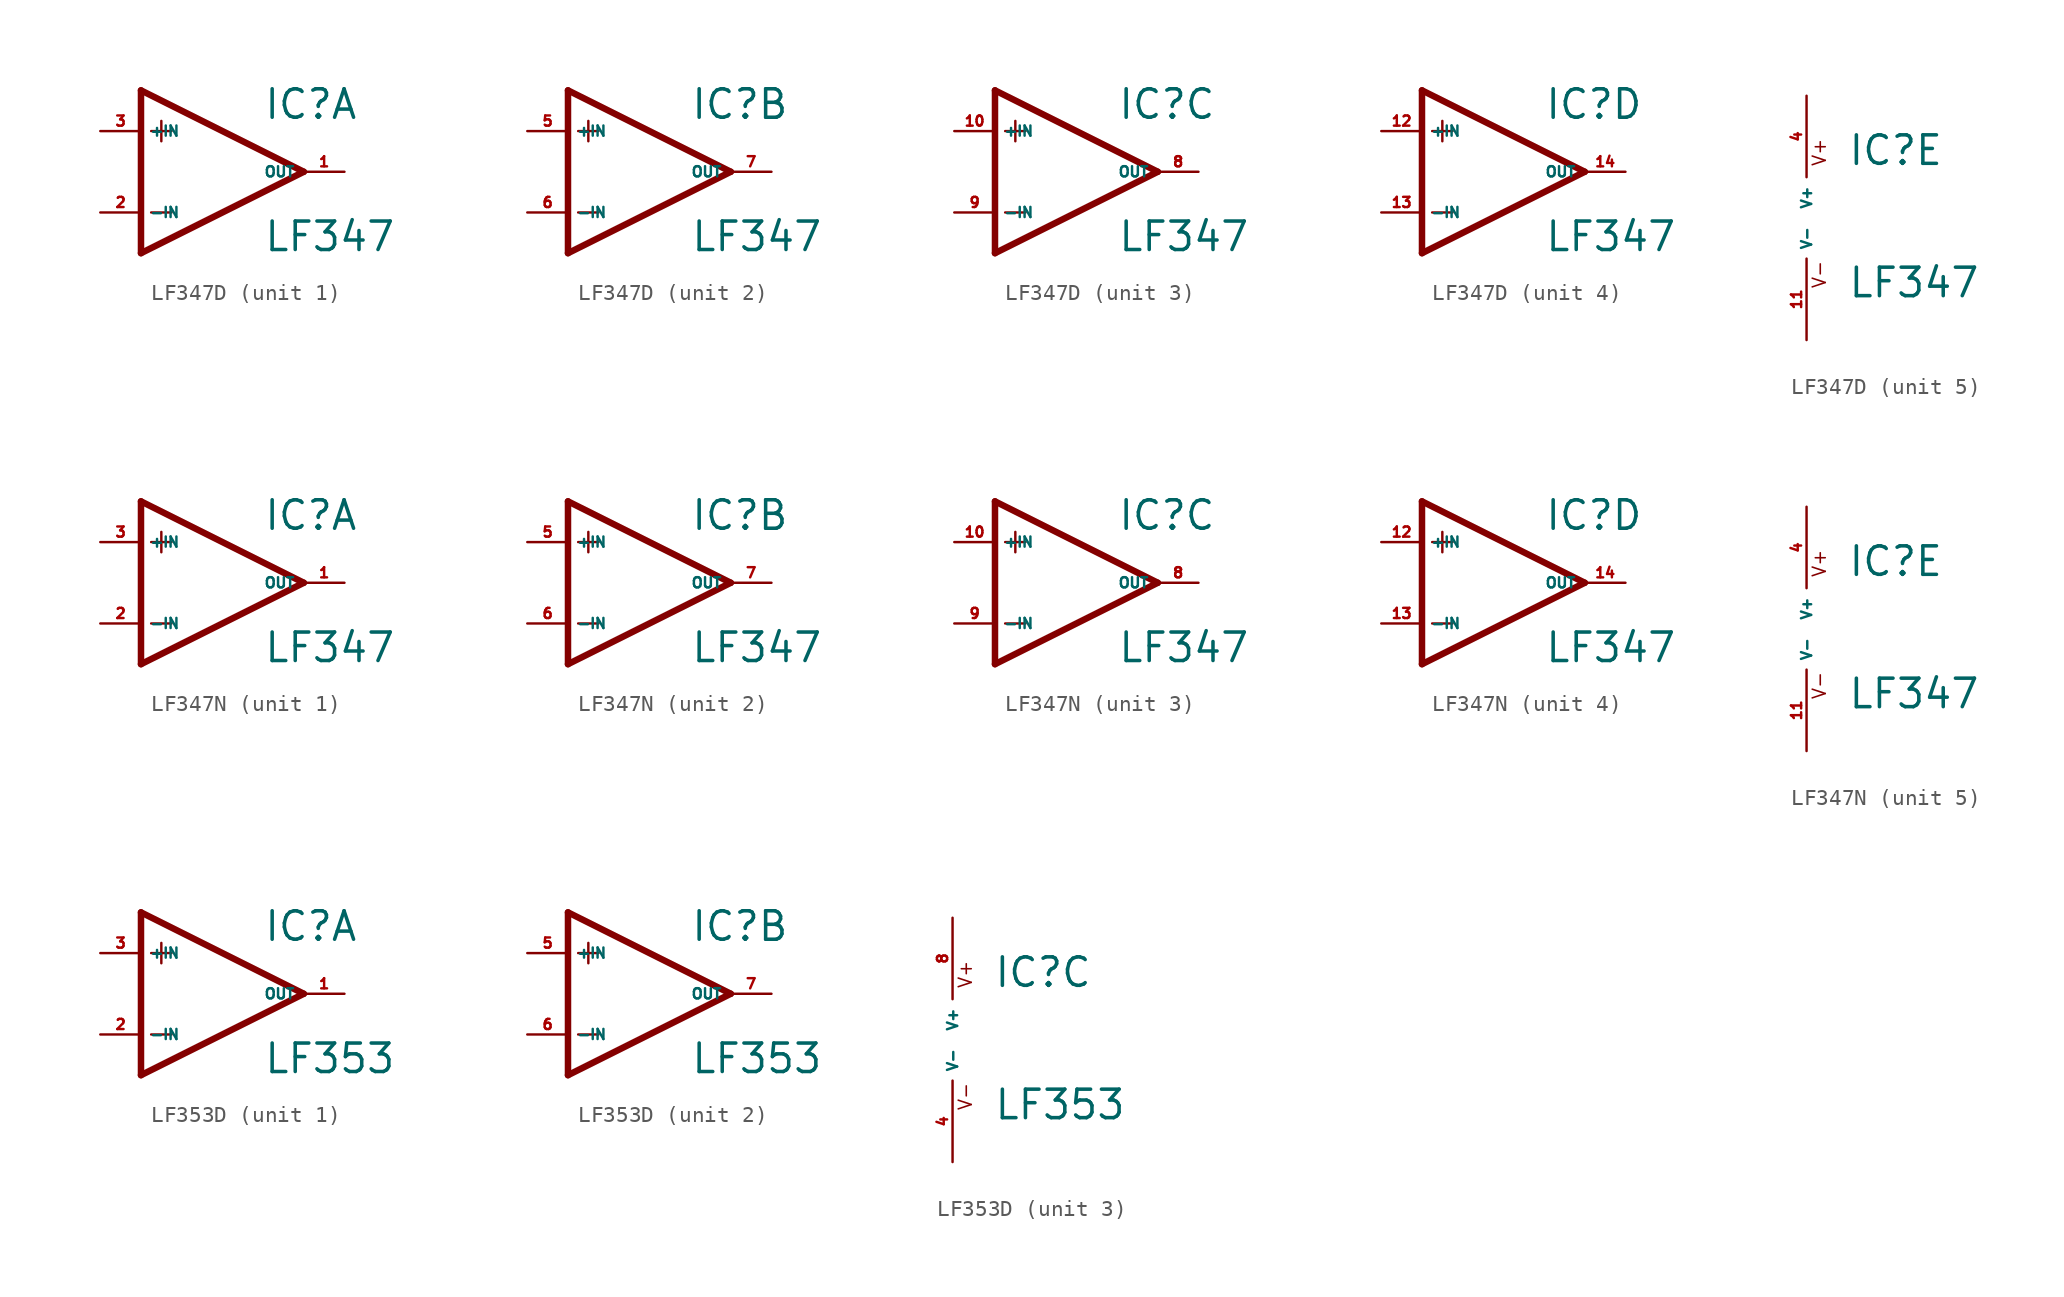
<source format=kicad_sym>
(kicad_symbol_lib
  (version 20220914)
  (generator Eagle2Kicad)
  (symbol "LF347D"
    (property "Reference" "IC"
      (at 2.54 3.175 0)
      (effects (font (size 1.778 1.778) (thickness 0.22)) (justify left bottom)))
    (property "Value" "LF347"
      (at 2.54 -5.08 0)
      (effects (font (size 1.778 1.778) (thickness 0.22)) (justify left bottom)))
    (symbol "LF347D_1_0"
      (polyline (pts (xy -5.08 5.08) (xy -5.08 -5.08)) (stroke (width 0.406) (type default)) (fill (type none)))
      (polyline (pts (xy -5.08 -5.08) (xy 5.08 0)) (stroke (width 0.406) (type default)) (fill (type none)))
      (polyline (pts (xy 5.08 0) (xy -5.08 5.08)) (stroke (width 0.406) (type default)) (fill (type none)))
      (polyline (pts (xy -3.81 3.175) (xy -3.81 1.905)) (stroke (width 0.152) (type default)) (fill (type none)))
      (polyline (pts (xy -4.445 2.54) (xy -3.175 2.54)) (stroke (width 0.152) (type default)) (fill (type none)))
      (polyline (pts (xy -4.445 -2.54) (xy -3.175 -2.54)) (stroke (width 0.152) (type default)) (fill (type none)))
      (pin input line (at -7.62 -2.54 0) (length 2.54) (name "-IN" (effects (font (size 0.635 0.635) (thickness 0.08)) (justify left bottom))) (number "2" (effects (font (size 0.635 0.635) (thickness 0.08)) (justify left bottom))))
      (pin input line (at -7.62 2.54 0) (length 2.54) (name "+IN" (effects (font (size 0.635 0.635) (thickness 0.08)) (justify left bottom))) (number "3" (effects (font (size 0.635 0.635) (thickness 0.08)) (justify left bottom))))
      (pin output line (at 7.62 0 180) (length 2.54) (name "OUT" (effects (font (size 0.635 0.635) (thickness 0.08)) (justify left bottom))) (number "1" (effects (font (size 0.635 0.635) (thickness 0.08)) (justify left bottom)))))
    (symbol "LF347D_2_0"
      (polyline (pts (xy -5.08 5.08) (xy -5.08 -5.08)) (stroke (width 0.406) (type default)) (fill (type none)))
      (polyline (pts (xy -5.08 -5.08) (xy 5.08 0)) (stroke (width 0.406) (type default)) (fill (type none)))
      (polyline (pts (xy 5.08 0) (xy -5.08 5.08)) (stroke (width 0.406) (type default)) (fill (type none)))
      (polyline (pts (xy -3.81 3.175) (xy -3.81 1.905)) (stroke (width 0.152) (type default)) (fill (type none)))
      (polyline (pts (xy -4.445 2.54) (xy -3.175 2.54)) (stroke (width 0.152) (type default)) (fill (type none)))
      (polyline (pts (xy -4.445 -2.54) (xy -3.175 -2.54)) (stroke (width 0.152) (type default)) (fill (type none)))
      (pin input line (at -7.62 -2.54 0) (length 2.54) (name "-IN" (effects (font (size 0.635 0.635) (thickness 0.08)) (justify left bottom))) (number "6" (effects (font (size 0.635 0.635) (thickness 0.08)) (justify left bottom))))
      (pin input line (at -7.62 2.54 0) (length 2.54) (name "+IN" (effects (font (size 0.635 0.635) (thickness 0.08)) (justify left bottom))) (number "5" (effects (font (size 0.635 0.635) (thickness 0.08)) (justify left bottom))))
      (pin output line (at 7.62 0 180) (length 2.54) (name "OUT" (effects (font (size 0.635 0.635) (thickness 0.08)) (justify left bottom))) (number "7" (effects (font (size 0.635 0.635) (thickness 0.08)) (justify left bottom)))))
    (symbol "LF347D_3_0"
      (polyline (pts (xy -5.08 5.08) (xy -5.08 -5.08)) (stroke (width 0.406) (type default)) (fill (type none)))
      (polyline (pts (xy -5.08 -5.08) (xy 5.08 0)) (stroke (width 0.406) (type default)) (fill (type none)))
      (polyline (pts (xy 5.08 0) (xy -5.08 5.08)) (stroke (width 0.406) (type default)) (fill (type none)))
      (polyline (pts (xy -3.81 3.175) (xy -3.81 1.905)) (stroke (width 0.152) (type default)) (fill (type none)))
      (polyline (pts (xy -4.445 2.54) (xy -3.175 2.54)) (stroke (width 0.152) (type default)) (fill (type none)))
      (polyline (pts (xy -4.445 -2.54) (xy -3.175 -2.54)) (stroke (width 0.152) (type default)) (fill (type none)))
      (pin input line (at -7.62 -2.54 0) (length 2.54) (name "-IN" (effects (font (size 0.635 0.635) (thickness 0.08)) (justify left bottom))) (number "9" (effects (font (size 0.635 0.635) (thickness 0.08)) (justify left bottom))))
      (pin input line (at -7.62 2.54 0) (length 2.54) (name "+IN" (effects (font (size 0.635 0.635) (thickness 0.08)) (justify left bottom))) (number "10" (effects (font (size 0.635 0.635) (thickness 0.08)) (justify left bottom))))
      (pin output line (at 7.62 0 180) (length 2.54) (name "OUT" (effects (font (size 0.635 0.635) (thickness 0.08)) (justify left bottom))) (number "8" (effects (font (size 0.635 0.635) (thickness 0.08)) (justify left bottom)))))
    (symbol "LF347D_4_0"
      (polyline (pts (xy -5.08 5.08) (xy -5.08 -5.08)) (stroke (width 0.406) (type default)) (fill (type none)))
      (polyline (pts (xy -5.08 -5.08) (xy 5.08 0)) (stroke (width 0.406) (type default)) (fill (type none)))
      (polyline (pts (xy 5.08 0) (xy -5.08 5.08)) (stroke (width 0.406) (type default)) (fill (type none)))
      (polyline (pts (xy -3.81 3.175) (xy -3.81 1.905)) (stroke (width 0.152) (type default)) (fill (type none)))
      (polyline (pts (xy -4.445 2.54) (xy -3.175 2.54)) (stroke (width 0.152) (type default)) (fill (type none)))
      (polyline (pts (xy -4.445 -2.54) (xy -3.175 -2.54)) (stroke (width 0.152) (type default)) (fill (type none)))
      (pin input line (at -7.62 -2.54 0) (length 2.54) (name "-IN" (effects (font (size 0.635 0.635) (thickness 0.08)) (justify left bottom))) (number "13" (effects (font (size 0.635 0.635) (thickness 0.08)) (justify left bottom))))
      (pin input line (at -7.62 2.54 0) (length 2.54) (name "+IN" (effects (font (size 0.635 0.635) (thickness 0.08)) (justify left bottom))) (number "12" (effects (font (size 0.635 0.635) (thickness 0.08)) (justify left bottom))))
      (pin output line (at 7.62 0 180) (length 2.54) (name "OUT" (effects (font (size 0.635 0.635) (thickness 0.08)) (justify left bottom))) (number "14" (effects (font (size 0.635 0.635) (thickness 0.08)) (justify left bottom)))))
    (symbol "LF347D_5_0"
      (text "V+" (at 1.27 3.175 900) (effects (font (size 0.813 0.813) (thickness 0.10)) (justify left bottom)))
      (text "V-" (at 1.27 -4.445 900) (effects (font (size 0.813 0.813) (thickness 0.10)) (justify left bottom)))
      (pin unspecified line (at 0 7.62 270) (length 5.08) (name "V+" (effects (font (size 0.635 0.635) (thickness 0.08)) (justify left bottom))) (number "4" (effects (font (size 0.635 0.635) (thickness 0.08)) (justify left bottom))))
      (pin unspecified line (at 0 -7.62 90) (length 5.08) (name "V-" (effects (font (size 0.635 0.635) (thickness 0.08)) (justify left bottom))) (number "11" (effects (font (size 0.635 0.635) (thickness 0.08)) (justify left bottom))))))
  (symbol "LF347N"
    (property "Reference" "IC"
      (at 2.54 3.175 0)
      (effects (font (size 1.778 1.778) (thickness 0.22)) (justify left bottom)))
    (property "Value" "LF347"
      (at 2.54 -5.08 0)
      (effects (font (size 1.778 1.778) (thickness 0.22)) (justify left bottom)))
    (symbol "LF347N_1_0"
      (polyline (pts (xy -5.08 5.08) (xy -5.08 -5.08)) (stroke (width 0.406) (type default)) (fill (type none)))
      (polyline (pts (xy -5.08 -5.08) (xy 5.08 0)) (stroke (width 0.406) (type default)) (fill (type none)))
      (polyline (pts (xy 5.08 0) (xy -5.08 5.08)) (stroke (width 0.406) (type default)) (fill (type none)))
      (polyline (pts (xy -3.81 3.175) (xy -3.81 1.905)) (stroke (width 0.152) (type default)) (fill (type none)))
      (polyline (pts (xy -4.445 2.54) (xy -3.175 2.54)) (stroke (width 0.152) (type default)) (fill (type none)))
      (polyline (pts (xy -4.445 -2.54) (xy -3.175 -2.54)) (stroke (width 0.152) (type default)) (fill (type none)))
      (pin input line (at -7.62 -2.54 0) (length 2.54) (name "-IN" (effects (font (size 0.635 0.635) (thickness 0.08)) (justify left bottom))) (number "2" (effects (font (size 0.635 0.635) (thickness 0.08)) (justify left bottom))))
      (pin input line (at -7.62 2.54 0) (length 2.54) (name "+IN" (effects (font (size 0.635 0.635) (thickness 0.08)) (justify left bottom))) (number "3" (effects (font (size 0.635 0.635) (thickness 0.08)) (justify left bottom))))
      (pin output line (at 7.62 0 180) (length 2.54) (name "OUT" (effects (font (size 0.635 0.635) (thickness 0.08)) (justify left bottom))) (number "1" (effects (font (size 0.635 0.635) (thickness 0.08)) (justify left bottom)))))
    (symbol "LF347N_2_0"
      (polyline (pts (xy -5.08 5.08) (xy -5.08 -5.08)) (stroke (width 0.406) (type default)) (fill (type none)))
      (polyline (pts (xy -5.08 -5.08) (xy 5.08 0)) (stroke (width 0.406) (type default)) (fill (type none)))
      (polyline (pts (xy 5.08 0) (xy -5.08 5.08)) (stroke (width 0.406) (type default)) (fill (type none)))
      (polyline (pts (xy -3.81 3.175) (xy -3.81 1.905)) (stroke (width 0.152) (type default)) (fill (type none)))
      (polyline (pts (xy -4.445 2.54) (xy -3.175 2.54)) (stroke (width 0.152) (type default)) (fill (type none)))
      (polyline (pts (xy -4.445 -2.54) (xy -3.175 -2.54)) (stroke (width 0.152) (type default)) (fill (type none)))
      (pin input line (at -7.62 -2.54 0) (length 2.54) (name "-IN" (effects (font (size 0.635 0.635) (thickness 0.08)) (justify left bottom))) (number "6" (effects (font (size 0.635 0.635) (thickness 0.08)) (justify left bottom))))
      (pin input line (at -7.62 2.54 0) (length 2.54) (name "+IN" (effects (font (size 0.635 0.635) (thickness 0.08)) (justify left bottom))) (number "5" (effects (font (size 0.635 0.635) (thickness 0.08)) (justify left bottom))))
      (pin output line (at 7.62 0 180) (length 2.54) (name "OUT" (effects (font (size 0.635 0.635) (thickness 0.08)) (justify left bottom))) (number "7" (effects (font (size 0.635 0.635) (thickness 0.08)) (justify left bottom)))))
    (symbol "LF347N_3_0"
      (polyline (pts (xy -5.08 5.08) (xy -5.08 -5.08)) (stroke (width 0.406) (type default)) (fill (type none)))
      (polyline (pts (xy -5.08 -5.08) (xy 5.08 0)) (stroke (width 0.406) (type default)) (fill (type none)))
      (polyline (pts (xy 5.08 0) (xy -5.08 5.08)) (stroke (width 0.406) (type default)) (fill (type none)))
      (polyline (pts (xy -3.81 3.175) (xy -3.81 1.905)) (stroke (width 0.152) (type default)) (fill (type none)))
      (polyline (pts (xy -4.445 2.54) (xy -3.175 2.54)) (stroke (width 0.152) (type default)) (fill (type none)))
      (polyline (pts (xy -4.445 -2.54) (xy -3.175 -2.54)) (stroke (width 0.152) (type default)) (fill (type none)))
      (pin input line (at -7.62 -2.54 0) (length 2.54) (name "-IN" (effects (font (size 0.635 0.635) (thickness 0.08)) (justify left bottom))) (number "9" (effects (font (size 0.635 0.635) (thickness 0.08)) (justify left bottom))))
      (pin input line (at -7.62 2.54 0) (length 2.54) (name "+IN" (effects (font (size 0.635 0.635) (thickness 0.08)) (justify left bottom))) (number "10" (effects (font (size 0.635 0.635) (thickness 0.08)) (justify left bottom))))
      (pin output line (at 7.62 0 180) (length 2.54) (name "OUT" (effects (font (size 0.635 0.635) (thickness 0.08)) (justify left bottom))) (number "8" (effects (font (size 0.635 0.635) (thickness 0.08)) (justify left bottom)))))
    (symbol "LF347N_4_0"
      (polyline (pts (xy -5.08 5.08) (xy -5.08 -5.08)) (stroke (width 0.406) (type default)) (fill (type none)))
      (polyline (pts (xy -5.08 -5.08) (xy 5.08 0)) (stroke (width 0.406) (type default)) (fill (type none)))
      (polyline (pts (xy 5.08 0) (xy -5.08 5.08)) (stroke (width 0.406) (type default)) (fill (type none)))
      (polyline (pts (xy -3.81 3.175) (xy -3.81 1.905)) (stroke (width 0.152) (type default)) (fill (type none)))
      (polyline (pts (xy -4.445 2.54) (xy -3.175 2.54)) (stroke (width 0.152) (type default)) (fill (type none)))
      (polyline (pts (xy -4.445 -2.54) (xy -3.175 -2.54)) (stroke (width 0.152) (type default)) (fill (type none)))
      (pin input line (at -7.62 -2.54 0) (length 2.54) (name "-IN" (effects (font (size 0.635 0.635) (thickness 0.08)) (justify left bottom))) (number "13" (effects (font (size 0.635 0.635) (thickness 0.08)) (justify left bottom))))
      (pin input line (at -7.62 2.54 0) (length 2.54) (name "+IN" (effects (font (size 0.635 0.635) (thickness 0.08)) (justify left bottom))) (number "12" (effects (font (size 0.635 0.635) (thickness 0.08)) (justify left bottom))))
      (pin output line (at 7.62 0 180) (length 2.54) (name "OUT" (effects (font (size 0.635 0.635) (thickness 0.08)) (justify left bottom))) (number "14" (effects (font (size 0.635 0.635) (thickness 0.08)) (justify left bottom)))))
    (symbol "LF347N_5_0"
      (text "V+" (at 1.27 3.175 900) (effects (font (size 0.813 0.813) (thickness 0.10)) (justify left bottom)))
      (text "V-" (at 1.27 -4.445 900) (effects (font (size 0.813 0.813) (thickness 0.10)) (justify left bottom)))
      (pin unspecified line (at 0 7.62 270) (length 5.08) (name "V+" (effects (font (size 0.635 0.635) (thickness 0.08)) (justify left bottom))) (number "4" (effects (font (size 0.635 0.635) (thickness 0.08)) (justify left bottom))))
      (pin unspecified line (at 0 -7.62 90) (length 5.08) (name "V-" (effects (font (size 0.635 0.635) (thickness 0.08)) (justify left bottom))) (number "11" (effects (font (size 0.635 0.635) (thickness 0.08)) (justify left bottom))))))
  (symbol "LF353D"
    (property "Reference" "IC"
      (at 2.54 3.175 0)
      (effects (font (size 1.778 1.778) (thickness 0.22)) (justify left bottom)))
    (property "Value" "LF353"
      (at 2.54 -5.08 0)
      (effects (font (size 1.778 1.778) (thickness 0.22)) (justify left bottom)))
    (symbol "LF353D_1_0"
      (polyline (pts (xy -5.08 5.08) (xy -5.08 -5.08)) (stroke (width 0.406) (type default)) (fill (type none)))
      (polyline (pts (xy -5.08 -5.08) (xy 5.08 0)) (stroke (width 0.406) (type default)) (fill (type none)))
      (polyline (pts (xy 5.08 0) (xy -5.08 5.08)) (stroke (width 0.406) (type default)) (fill (type none)))
      (polyline (pts (xy -3.81 3.175) (xy -3.81 1.905)) (stroke (width 0.152) (type default)) (fill (type none)))
      (polyline (pts (xy -4.445 2.54) (xy -3.175 2.54)) (stroke (width 0.152) (type default)) (fill (type none)))
      (polyline (pts (xy -4.445 -2.54) (xy -3.175 -2.54)) (stroke (width 0.152) (type default)) (fill (type none)))
      (pin input line (at -7.62 -2.54 0) (length 2.54) (name "-IN" (effects (font (size 0.635 0.635) (thickness 0.08)) (justify left bottom))) (number "2" (effects (font (size 0.635 0.635) (thickness 0.08)) (justify left bottom))))
      (pin input line (at -7.62 2.54 0) (length 2.54) (name "+IN" (effects (font (size 0.635 0.635) (thickness 0.08)) (justify left bottom))) (number "3" (effects (font (size 0.635 0.635) (thickness 0.08)) (justify left bottom))))
      (pin output line (at 7.62 0 180) (length 2.54) (name "OUT" (effects (font (size 0.635 0.635) (thickness 0.08)) (justify left bottom))) (number "1" (effects (font (size 0.635 0.635) (thickness 0.08)) (justify left bottom)))))
    (symbol "LF353D_2_0"
      (polyline (pts (xy -5.08 5.08) (xy -5.08 -5.08)) (stroke (width 0.406) (type default)) (fill (type none)))
      (polyline (pts (xy -5.08 -5.08) (xy 5.08 0)) (stroke (width 0.406) (type default)) (fill (type none)))
      (polyline (pts (xy 5.08 0) (xy -5.08 5.08)) (stroke (width 0.406) (type default)) (fill (type none)))
      (polyline (pts (xy -3.81 3.175) (xy -3.81 1.905)) (stroke (width 0.152) (type default)) (fill (type none)))
      (polyline (pts (xy -4.445 2.54) (xy -3.175 2.54)) (stroke (width 0.152) (type default)) (fill (type none)))
      (polyline (pts (xy -4.445 -2.54) (xy -3.175 -2.54)) (stroke (width 0.152) (type default)) (fill (type none)))
      (pin input line (at -7.62 -2.54 0) (length 2.54) (name "-IN" (effects (font (size 0.635 0.635) (thickness 0.08)) (justify left bottom))) (number "6" (effects (font (size 0.635 0.635) (thickness 0.08)) (justify left bottom))))
      (pin input line (at -7.62 2.54 0) (length 2.54) (name "+IN" (effects (font (size 0.635 0.635) (thickness 0.08)) (justify left bottom))) (number "5" (effects (font (size 0.635 0.635) (thickness 0.08)) (justify left bottom))))
      (pin output line (at 7.62 0 180) (length 2.54) (name "OUT" (effects (font (size 0.635 0.635) (thickness 0.08)) (justify left bottom))) (number "7" (effects (font (size 0.635 0.635) (thickness 0.08)) (justify left bottom)))))
    (symbol "LF353D_3_0"
      (text "V+" (at 1.27 3.175 900) (effects (font (size 0.813 0.813) (thickness 0.10)) (justify left bottom)))
      (text "V-" (at 1.27 -4.445 900) (effects (font (size 0.813 0.813) (thickness 0.10)) (justify left bottom)))
      (pin unspecified line (at 0 7.62 270) (length 5.08) (name "V+" (effects (font (size 0.635 0.635) (thickness 0.08)) (justify left bottom))) (number "8" (effects (font (size 0.635 0.635) (thickness 0.08)) (justify left bottom))))
      (pin unspecified line (at 0 -7.62 90) (length 5.08) (name "V-" (effects (font (size 0.635 0.635) (thickness 0.08)) (justify left bottom))) (number "4" (effects (font (size 0.635 0.635) (thickness 0.08)) (justify left bottom)))))))
</source>
